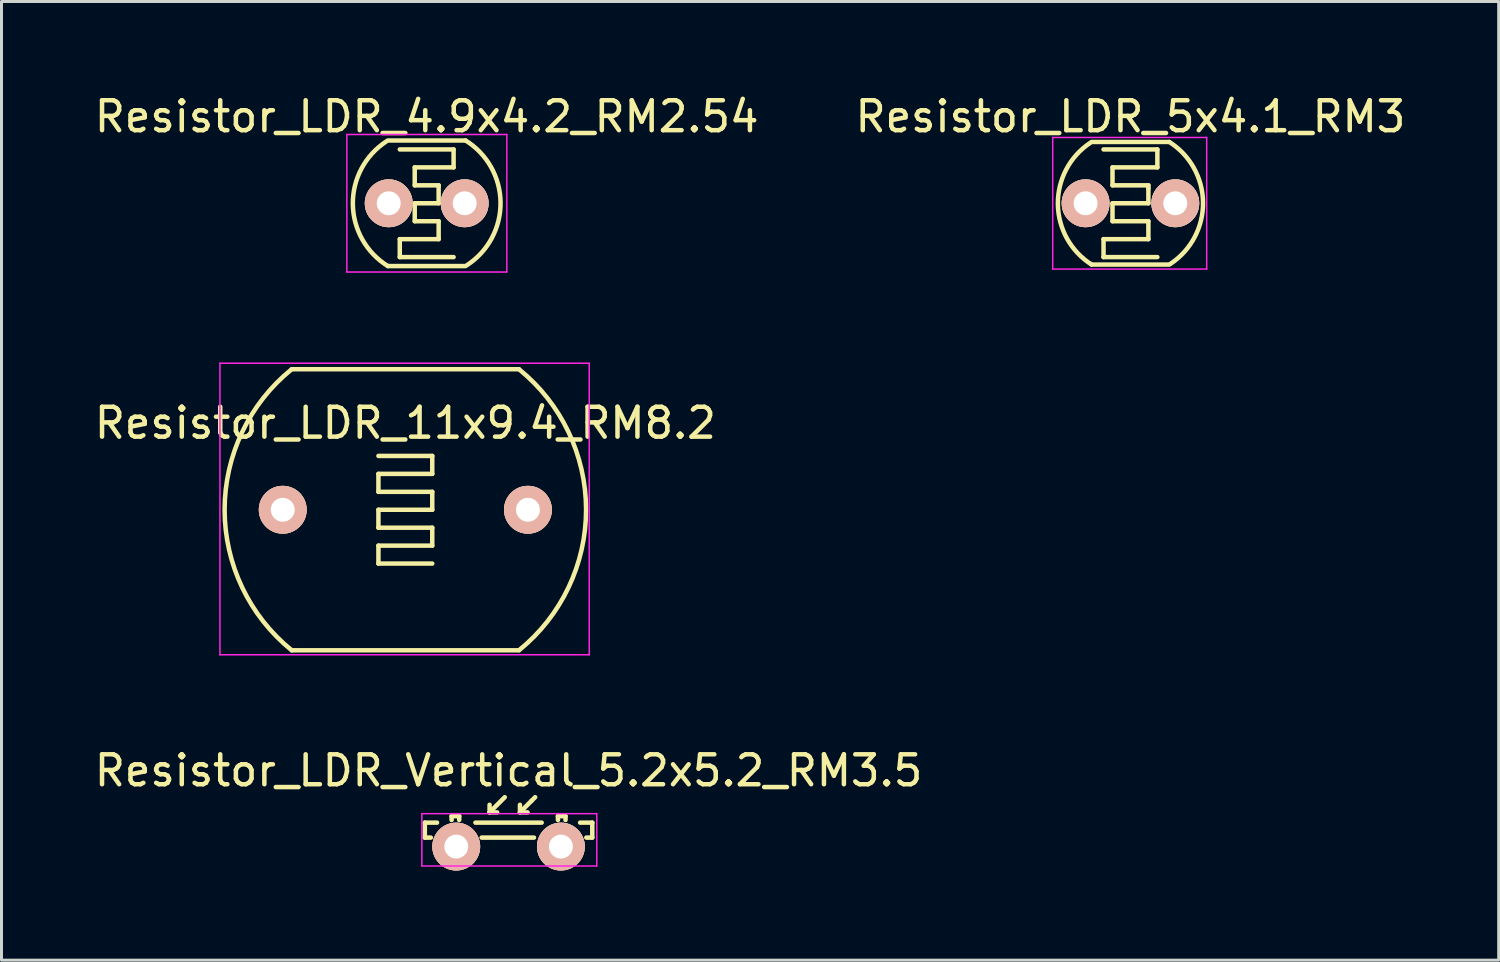
<source format=kicad_pcb>
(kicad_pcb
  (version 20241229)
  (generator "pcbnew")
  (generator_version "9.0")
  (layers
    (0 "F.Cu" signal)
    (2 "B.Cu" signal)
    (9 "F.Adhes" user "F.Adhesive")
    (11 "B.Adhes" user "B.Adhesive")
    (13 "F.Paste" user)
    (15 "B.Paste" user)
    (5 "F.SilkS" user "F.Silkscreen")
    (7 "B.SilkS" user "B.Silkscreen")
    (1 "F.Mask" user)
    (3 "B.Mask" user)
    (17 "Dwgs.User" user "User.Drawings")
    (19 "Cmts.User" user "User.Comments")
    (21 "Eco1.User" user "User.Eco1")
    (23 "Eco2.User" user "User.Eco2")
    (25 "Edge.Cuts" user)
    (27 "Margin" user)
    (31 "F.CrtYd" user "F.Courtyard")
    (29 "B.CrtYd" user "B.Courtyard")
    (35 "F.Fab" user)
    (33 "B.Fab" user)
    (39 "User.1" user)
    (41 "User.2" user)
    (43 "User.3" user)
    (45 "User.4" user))
  (footprint "Resistor_LDR_Vertical_5.2x5.2_RM3.5"
    (layer "F.Cu")
    (at 12.208 25.262)
    (property "Reference" "Resistor_LDR_Vertical_5.2x5.2_RM3.5" (at 1.75 -2.54 0) (layer "F.SilkS") (effects (font (size 1 1) (thickness 0.15))))
    (attr through_hole)
    (fp_line (start -1.05 -0.8) (end -1.05 -0.3) (stroke (width 0.15) (type solid)) (layer "F.SilkS"))
    (fp_line (start -1.05 -0.3) (end -0.85 -0.3) (stroke (width 0.15) (type solid)) (layer "F.SilkS"))
    (fp_line (start -0.642 -0.8) (end -1.05 -0.8) (stroke (width 0.15) (type solid)) (layer "F.SilkS"))
    (fp_line (start -0.155 -1.016) (end -0.155 -0.889) (stroke (width 0.15) (type solid)) (layer "F.SilkS"))
    (fp_line (start -0.155 -1.016) (end 0.099 -1.016) (stroke (width 0.15) (type solid)) (layer "F.SilkS"))
    (fp_line (start 0.099 -1.016) (end 0.099 -0.889) (stroke (width 0.15) (type solid)) (layer "F.SilkS"))
    (fp_line (start 0.85 -0.3) (end 2.6 -0.3) (stroke (width 0.15) (type solid)) (layer "F.SilkS"))
    (fp_line (start 1.115 -1.143) (end 1.115 -1.397) (stroke (width 0.15) (type solid)) (layer "F.SilkS"))
    (fp_line (start 1.115 -1.143) (end 1.369 -1.143) (stroke (width 0.15) (type solid)) (layer "F.SilkS"))
    (fp_line (start 1.623 -1.651) (end 1.115 -1.143) (stroke (width 0.15) (type solid)) (layer "F.SilkS"))
    (fp_line (start 2.131 -1.143) (end 2.131 -1.397) (stroke (width 0.15) (type solid)) (layer "F.SilkS"))
    (fp_line (start 2.131 -1.143) (end 2.385 -1.143) (stroke (width 0.15) (type solid)) (layer "F.SilkS"))
    (fp_line (start 2.512 -1.524) (end 2.131 -1.143) (stroke (width 0.15) (type solid)) (layer "F.SilkS"))
    (fp_line (start 2.512 -1.524) (end 2.639 -1.651) (stroke (width 0.15) (type solid)) (layer "F.SilkS"))
    (fp_line (start 2.858 -0.8) (end 0.642 -0.8) (stroke (width 0.15) (type solid)) (layer "F.SilkS"))
    (fp_line (start 3.401 -1.016) (end 3.401 -0.889) (stroke (width 0.15) (type solid)) (layer "F.SilkS"))
    (fp_line (start 3.401 -1.016) (end 3.655 -1.016) (stroke (width 0.15) (type solid)) (layer "F.SilkS"))
    (fp_line (start 3.655 -1.016) (end 3.655 -0.889) (stroke (width 0.15) (type solid)) (layer "F.SilkS"))
    (fp_line (start 4.35 -0.3) (end 4.55 -0.3) (stroke (width 0.15) (type solid)) (layer "F.SilkS"))
    (fp_line (start 4.55 -0.8) (end 4.142 -0.8) (stroke (width 0.15) (type solid)) (layer "F.SilkS"))
    (fp_line (start 4.55 -0.3) (end 4.55 -0.8) (stroke (width 0.15) (type solid)) (layer "F.SilkS"))
    (fp_line (start -1.15 -1.1) (end 4.7 -1.1) (stroke (width 0.05) (type solid)) (layer "F.CrtYd"))
    (fp_line (start -1.15 0.65) (end -1.15 -1.1) (stroke (width 0.05) (type solid)) (layer "F.CrtYd"))
    (fp_line (start 4.7 -1.1) (end 4.7 0.65) (stroke (width 0.05) (type solid)) (layer "F.CrtYd"))
    (fp_line (start 4.7 0.65) (end -1.15 0.65) (stroke (width 0.05) (type solid)) (layer "F.CrtYd"))
    (pad "1" thru_hole circle (at 0 0) (size 1.6 1.6) (drill 0.8) (layers "*.Cu" "*.SilkS" "*.Mask"))
    (pad "2" thru_hole circle (at 3.5 0) (size 1.6 1.6) (drill 0.8) (layers "*.Cu" "*.SilkS" "*.Mask")))
  (footprint "Resistor_LDR_5x4.1_RM3"
    (layer "F.Cu")
    (at 33.256 3.748)
    (property "Reference" "Resistor_LDR_5x4.1_RM3" (at 1.5 -2.9 0) (layer "F.SilkS") (effects (font (size 1 1) (thickness 0.15))))
    (attr through_hole)
    (fp_line (start 0.2 -2.05) (end 2.8 -2.05) (stroke (width 0.15) (type solid)) (layer "F.SilkS"))
    (fp_line (start 0.6 -1.8) (end 2.4 -1.8) (stroke (width 0.15) (type solid)) (layer "F.SilkS"))
    (fp_line (start 0.6 1.2) (end 0.6 1.8) (stroke (width 0.15) (type solid)) (layer "F.SilkS"))
    (fp_line (start 0.6 1.2) (end 2.1 1.2) (stroke (width 0.15) (type solid)) (layer "F.SilkS"))
    (fp_line (start 0.6 1.8) (end 2.4 1.8) (stroke (width 0.15) (type solid)) (layer "F.SilkS"))
    (fp_line (start 0.9 -1.2) (end 2.4 -1.2) (stroke (width 0.15) (type solid)) (layer "F.SilkS"))
    (fp_line (start 0.9 -0.6) (end 0.9 -1.2) (stroke (width 0.15) (type solid)) (layer "F.SilkS"))
    (fp_line (start 0.9 0) (end 2.1 0) (stroke (width 0.15) (type solid)) (layer "F.SilkS"))
    (fp_line (start 0.9 0.6) (end 0.9 0) (stroke (width 0.15) (type solid)) (layer "F.SilkS"))
    (fp_line (start 2.1 -0.6) (end 0.9 -0.6) (stroke (width 0.15) (type solid)) (layer "F.SilkS"))
    (fp_line (start 2.1 -0.5) (end 2.1 -0.6) (stroke (width 0.15) (type solid)) (layer "F.SilkS"))
    (fp_line (start 2.1 0) (end 2.1 -0.5) (stroke (width 0.15) (type solid)) (layer "F.SilkS"))
    (fp_line (start 2.1 0.6) (end 0.9 0.6) (stroke (width 0.15) (type solid)) (layer "F.SilkS"))
    (fp_line (start 2.1 1.2) (end 2.1 0.6) (stroke (width 0.15) (type solid)) (layer "F.SilkS"))
    (fp_line (start 2.4 -1.8) (end 2.4 -1.2) (stroke (width 0.15) (type solid)) (layer "F.SilkS"))
    (fp_line (start 2.8 2.05) (end 0.2 2.05) (stroke (width 0.15) (type solid)) (layer "F.SilkS"))
    (fp_arc (start 0.2 2.05) (mid -0.927305 0.026239) (end 0.155989 -2.021419) (stroke (width 0.15) (type solid)) (layer "F.SilkS"))
    (fp_arc (start 2.8 -2.05) (mid 3.927305 -0.026239) (end 2.844011 2.021419) (stroke (width 0.15) (type solid)) (layer "F.SilkS"))
    (fp_line (start -1.1 -2.2) (end -1.1 2.2) (stroke (width 0.05) (type solid)) (layer "F.CrtYd"))
    (fp_line (start -1.1 2.2) (end 4.05 2.2) (stroke (width 0.05) (type solid)) (layer "F.CrtYd"))
    (fp_line (start 4.05 -2.2) (end -1.1 -2.2) (stroke (width 0.05) (type solid)) (layer "F.CrtYd"))
    (fp_line (start 4.05 2.2) (end 4.05 -2.2) (stroke (width 0.05) (type solid)) (layer "F.CrtYd"))
    (pad "1" thru_hole circle (at 0 0) (size 1.6 1.6) (drill 0.8) (layers "*.Cu" "*.SilkS" "*.Mask"))
    (pad "2" thru_hole circle (at 3 0) (size 1.6 1.6) (drill 0.8) (layers "*.Cu" "*.SilkS" "*.Mask")))
  (footprint "Resistor_LDR_4.9x4.2_RM2.54"
    (layer "F.Cu")
    (at 9.95 3.748)
    (property "Reference" "Resistor_LDR_4.9x4.2_RM2.54" (at 1.27 -2.9 0) (layer "F.SilkS") (effects (font (size 1 1) (thickness 0.15))))
    (attr through_hole)
    (fp_line (start -0.03 -2.1) (end 2.57 -2.1) (stroke (width 0.15) (type solid)) (layer "F.SilkS"))
    (fp_line (start 0.37 -1.8) (end 2.17 -1.8) (stroke (width 0.15) (type solid)) (layer "F.SilkS"))
    (fp_line (start 0.37 1.2) (end 0.37 1.8) (stroke (width 0.15) (type solid)) (layer "F.SilkS"))
    (fp_line (start 0.37 1.2) (end 1.67 1.2) (stroke (width 0.15) (type solid)) (layer "F.SilkS"))
    (fp_line (start 0.37 1.8) (end 2.17 1.8) (stroke (width 0.15) (type solid)) (layer "F.SilkS"))
    (fp_line (start 0.87 -1.2) (end 0.87 -0.6) (stroke (width 0.15) (type solid)) (layer "F.SilkS"))
    (fp_line (start 0.87 -1.2) (end 2.17 -1.2) (stroke (width 0.15) (type solid)) (layer "F.SilkS"))
    (fp_line (start 0.87 0) (end 0.87 0.6) (stroke (width 0.15) (type solid)) (layer "F.SilkS"))
    (fp_line (start 0.87 0) (end 1.67 0) (stroke (width 0.15) (type solid)) (layer "F.SilkS"))
    (fp_line (start 1.67 -0.6) (end 0.87 -0.6) (stroke (width 0.15) (type solid)) (layer "F.SilkS"))
    (fp_line (start 1.67 -0.6) (end 1.67 0) (stroke (width 0.15) (type solid)) (layer "F.SilkS"))
    (fp_line (start 1.67 0.6) (end 0.87 0.6) (stroke (width 0.15) (type solid)) (layer "F.SilkS"))
    (fp_line (start 1.67 0.6) (end 1.67 1.2) (stroke (width 0.15) (type solid)) (layer "F.SilkS"))
    (fp_line (start 2.17 -1.8) (end 2.17 -1.2) (stroke (width 0.15) (type solid)) (layer "F.SilkS"))
    (fp_line (start 2.57 2.1) (end -0.03 2.1) (stroke (width 0.15) (type solid)) (layer "F.SilkS"))
    (fp_arc (start -0.03 2.1) (mid -1.199612 0.031921) (end -0.083843 -2.065698) (stroke (width 0.15) (type solid)) (layer "F.SilkS"))
    (fp_arc (start 2.57 -2.1) (mid 3.739612 -0.031921) (end 2.623843 2.065698) (stroke (width 0.15) (type solid)) (layer "F.SilkS"))
    (fp_line (start -1.4 -2.3) (end 3.95 -2.3) (stroke (width 0.05) (type solid)) (layer "F.CrtYd"))
    (fp_line (start -1.4 2.3) (end -1.4 -2.3) (stroke (width 0.05) (type solid)) (layer "F.CrtYd"))
    (fp_line (start 3.95 -2.3) (end 3.95 2.3) (stroke (width 0.05) (type solid)) (layer "F.CrtYd"))
    (fp_line (start 3.95 2.3) (end -1.4 2.3) (stroke (width 0.05) (type solid)) (layer "F.CrtYd"))
    (pad "1" thru_hole circle (at 0 0) (size 1.6 1.6) (drill 0.8) (layers "*.Cu" "*.SilkS" "*.Mask"))
    (pad "2" thru_hole circle (at 2.54 0) (size 1.6 1.6) (drill 0.8) (layers "*.Cu" "*.SilkS" "*.Mask")))
  (footprint "Resistor_LDR_11x9.4_RM8.2"
    (layer "F.Cu")
    (at 6.406 13.998)
    (property "Reference" "Resistor_LDR_11x9.4_RM8.2" (at 4.1 -2.9 0) (layer "F.SilkS") (effects (font (size 1 1) (thickness 0.15))))
    (attr through_hole)
    (fp_line (start 0.3 -4.7) (end 7.9 -4.7) (stroke (width 0.15) (type solid)) (layer "F.SilkS"))
    (fp_line (start 3.2 -1.8) (end 5 -1.8) (stroke (width 0.15) (type solid)) (layer "F.SilkS"))
    (fp_line (start 3.2 -1.2) (end 3.2 -0.6) (stroke (width 0.15) (type solid)) (layer "F.SilkS"))
    (fp_line (start 3.2 -0.6) (end 5 -0.6) (stroke (width 0.15) (type solid)) (layer "F.SilkS"))
    (fp_line (start 3.2 0) (end 3.2 0.6) (stroke (width 0.15) (type solid)) (layer "F.SilkS"))
    (fp_line (start 3.2 0.6) (end 5 0.6) (stroke (width 0.15) (type solid)) (layer "F.SilkS"))
    (fp_line (start 3.2 1.2) (end 3.2 1.8) (stroke (width 0.15) (type solid)) (layer "F.SilkS"))
    (fp_line (start 3.2 1.8) (end 5 1.8) (stroke (width 0.15) (type solid)) (layer "F.SilkS"))
    (fp_line (start 5 -1.8) (end 5 -1.2) (stroke (width 0.15) (type solid)) (layer "F.SilkS"))
    (fp_line (start 5 -1.2) (end 3.2 -1.2) (stroke (width 0.15) (type solid)) (layer "F.SilkS"))
    (fp_line (start 5 -0.6) (end 5 0) (stroke (width 0.15) (type solid)) (layer "F.SilkS"))
    (fp_line (start 5 0) (end 3.2 0) (stroke (width 0.15) (type solid)) (layer "F.SilkS"))
    (fp_line (start 5 0.6) (end 5 1.2) (stroke (width 0.15) (type solid)) (layer "F.SilkS"))
    (fp_line (start 5 1.2) (end 3.2 1.2) (stroke (width 0.15) (type solid)) (layer "F.SilkS"))
    (fp_line (start 7.9 4.7) (end 0.3 4.7) (stroke (width 0.15) (type solid)) (layer "F.SilkS"))
    (fp_arc (start 0.3 4.7) (mid -1.944004 0.004651) (end 0.292771 -4.694146) (stroke (width 0.15) (type solid)) (layer "F.SilkS"))
    (fp_arc (start 7.9 -4.7) (mid 10.144004 -0.004651) (end 7.907229 4.694146) (stroke (width 0.15) (type solid)) (layer "F.SilkS"))
    (fp_line (start -2.1 -4.9) (end -2.1 4.85) (stroke (width 0.05) (type solid)) (layer "F.CrtYd"))
    (fp_line (start -2.1 4.85) (end 10.25 4.85) (stroke (width 0.05) (type solid)) (layer "F.CrtYd"))
    (fp_line (start 10.25 -4.9) (end -2.1 -4.9) (stroke (width 0.05) (type solid)) (layer "F.CrtYd"))
    (fp_line (start 10.25 4.85) (end 10.25 -4.9) (stroke (width 0.05) (type solid)) (layer "F.CrtYd"))
    (pad "1" thru_hole circle (at 0 0) (size 1.6 1.6) (drill 0.8) (layers "*.Cu" "*.SilkS" "*.Mask"))
    (pad "2" thru_hole circle (at 8.2 0) (size 1.6 1.6) (drill 0.8) (layers "*.Cu" "*.SilkS" "*.Mask")))
  (gr_rect
    (start -3 -3)
    (end 47.071 29.061)
    (stroke (width 0.1) (type default))
    (fill no)
    (layer "Edge.Cuts")))
</source>
